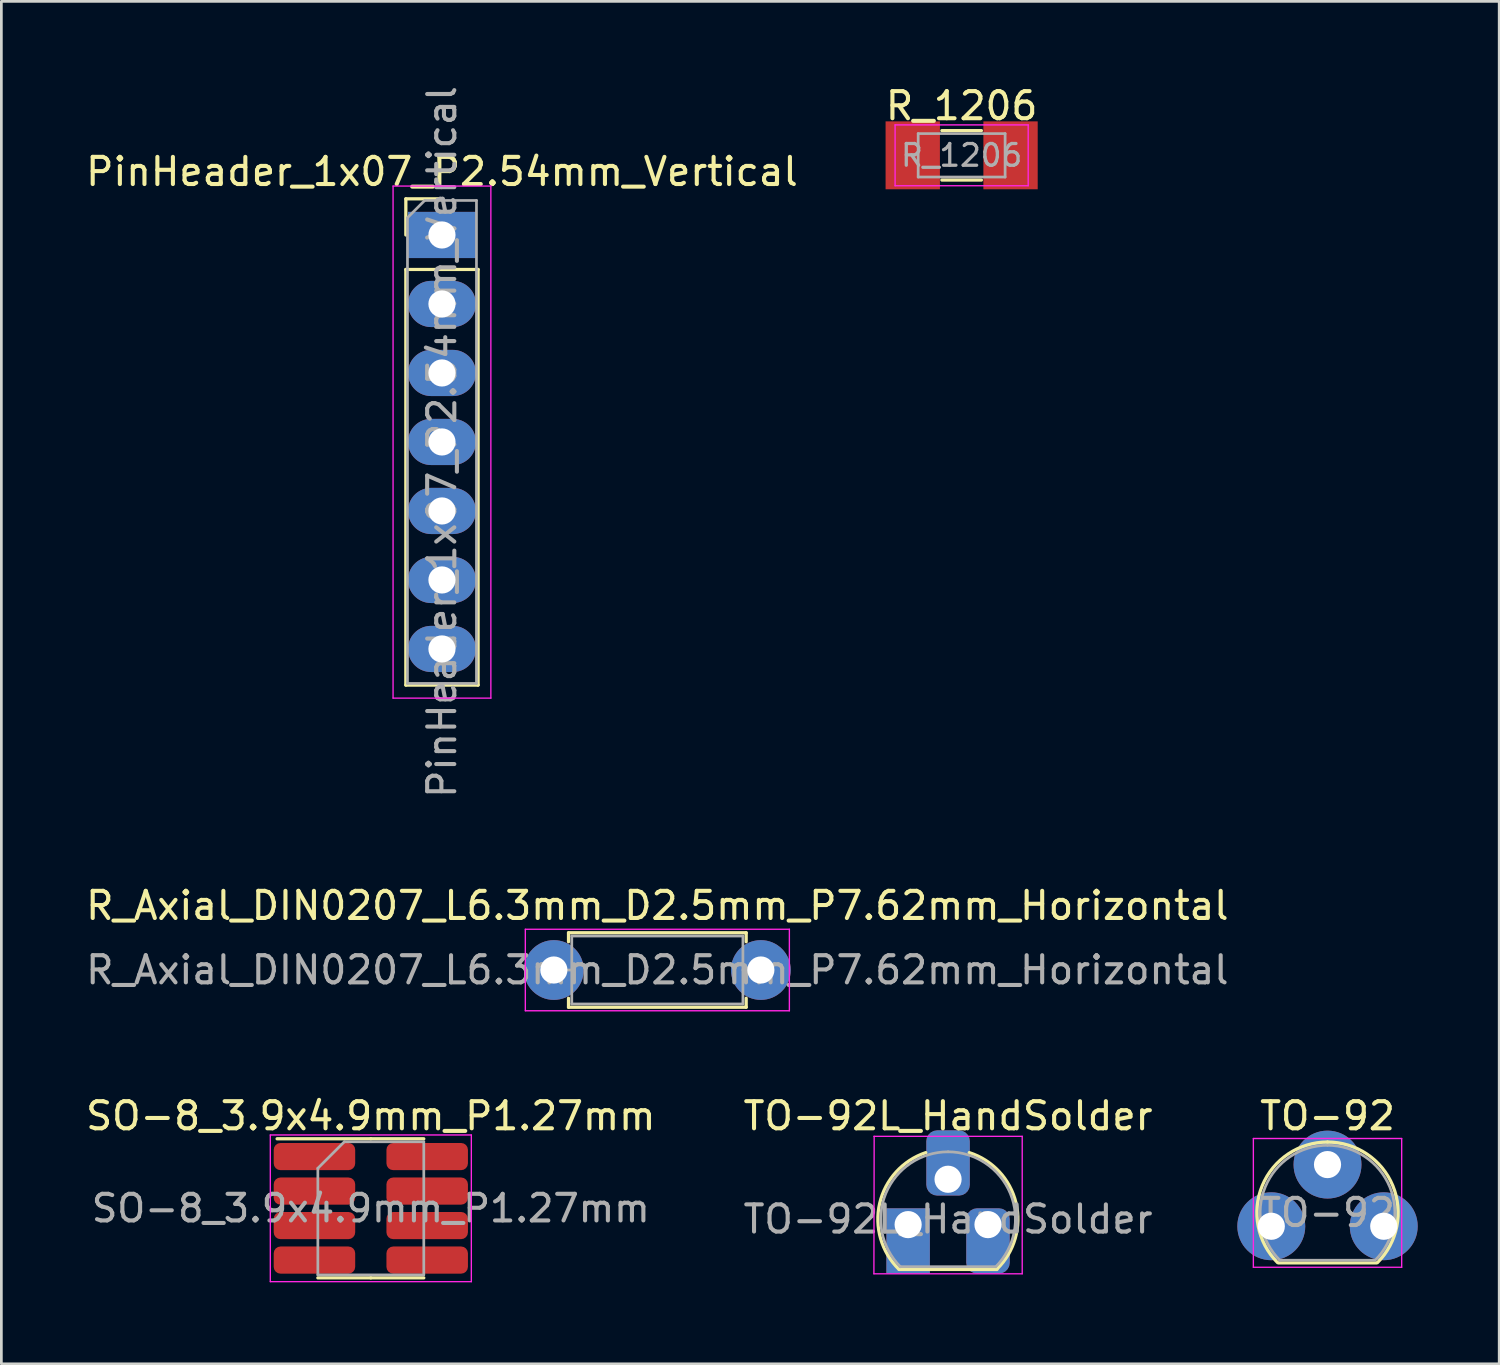
<source format=kicad_pcb>
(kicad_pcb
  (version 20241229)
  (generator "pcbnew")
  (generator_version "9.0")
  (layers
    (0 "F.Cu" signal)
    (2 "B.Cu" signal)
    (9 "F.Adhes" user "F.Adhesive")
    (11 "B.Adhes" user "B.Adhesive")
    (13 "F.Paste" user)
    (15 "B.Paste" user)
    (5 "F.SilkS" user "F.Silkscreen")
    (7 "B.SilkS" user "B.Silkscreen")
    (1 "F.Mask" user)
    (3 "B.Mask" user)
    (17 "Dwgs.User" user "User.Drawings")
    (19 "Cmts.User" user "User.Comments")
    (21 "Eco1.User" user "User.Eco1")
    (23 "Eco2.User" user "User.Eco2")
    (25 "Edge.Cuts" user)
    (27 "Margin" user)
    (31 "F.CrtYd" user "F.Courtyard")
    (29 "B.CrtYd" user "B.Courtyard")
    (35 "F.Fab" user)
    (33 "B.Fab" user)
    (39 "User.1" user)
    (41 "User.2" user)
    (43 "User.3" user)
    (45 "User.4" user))
  (footprint "SO-8_3.9x4.9mm_P1.27mm"
    (layer "F.Cu")
    (at 10.601 41.432)
    (property "Reference" "SO-8_3.9x4.9mm_P1.27mm" (at 0 -3.4 0) (layer "F.SilkS") (effects (font (size 1 1) (thickness 0.15))))
    (attr smd)
    (fp_line (start 0 -2.56) (end -3.45 -2.56) (stroke (width 0.12) (type solid)) (layer "F.SilkS"))
    (fp_line (start 0 -2.56) (end 1.95 -2.56) (stroke (width 0.12) (type solid)) (layer "F.SilkS"))
    (fp_line (start 0 2.56) (end -1.95 2.56) (stroke (width 0.12) (type solid)) (layer "F.SilkS"))
    (fp_line (start 0 2.56) (end 1.95 2.56) (stroke (width 0.12) (type solid)) (layer "F.SilkS"))
    (fp_line (start -3.7 -2.7) (end -3.7 2.7) (stroke (width 0.05) (type solid)) (layer "F.CrtYd"))
    (fp_line (start -3.7 2.7) (end 3.7 2.7) (stroke (width 0.05) (type solid)) (layer "F.CrtYd"))
    (fp_line (start 3.7 -2.7) (end -3.7 -2.7) (stroke (width 0.05) (type solid)) (layer "F.CrtYd"))
    (fp_line (start 3.7 2.7) (end 3.7 -2.7) (stroke (width 0.05) (type solid)) (layer "F.CrtYd"))
    (fp_line (start -1.95 -1.475) (end -0.975 -2.45) (stroke (width 0.1) (type solid)) (layer "F.Fab"))
    (fp_line (start -1.95 2.45) (end -1.95 -1.475) (stroke (width 0.1) (type solid)) (layer "F.Fab"))
    (fp_line (start -0.975 -2.45) (end 1.95 -2.45) (stroke (width 0.1) (type solid)) (layer "F.Fab"))
    (fp_line (start 1.95 -2.45) (end 1.95 2.45) (stroke (width 0.1) (type solid)) (layer "F.Fab"))
    (fp_line (start 1.95 2.45) (end -1.95 2.45) (stroke (width 0.1) (type solid)) (layer "F.Fab"))
    (fp_text user "${REFERENCE}" (at 0 0 0) (layer "F.Fab") (effects (font (size 0.98 0.98) (thickness 0.15))))
    (pad "1" smd roundrect (at -2.075 -1.905) (size 3 1) (layers "F.Cu" "F.Mask" "F.Paste") (roundrect_rratio 0.25))
    (pad "2" smd roundrect (at -2.075 -0.635) (size 3 1) (layers "F.Cu" "F.Mask" "F.Paste") (roundrect_rratio 0.25))
    (pad "3" smd roundrect (at -2.075 0.635) (size 3 1) (layers "F.Cu" "F.Mask" "F.Paste") (roundrect_rratio 0.25))
    (pad "4" smd roundrect (at -2.075 1.905) (size 3 1) (layers "F.Cu" "F.Mask" "F.Paste") (roundrect_rratio 0.25))
    (pad "5" smd roundrect (at 2.075 1.905) (size 3 1) (layers "F.Cu" "F.Mask" "F.Paste") (roundrect_rratio 0.25))
    (pad "6" smd roundrect (at 2.075 0.635) (size 3 1) (layers "F.Cu" "F.Mask" "F.Paste") (roundrect_rratio 0.25))
    (pad "7" smd roundrect (at 2.075 -0.635) (size 3 1) (layers "F.Cu" "F.Mask" "F.Paste") (roundrect_rratio 0.25))
    (pad "8" smd roundrect (at 2.075 -1.905) (size 3 1) (layers "F.Cu" "F.Mask" "F.Paste") (roundrect_rratio 0.25)))
  (footprint "TO-92"
    (layer "F.Cu")
    (at 44.55 41.592)
    (property "Reference" "TO-92" (at 1.27 -3.56 0) (layer "F.SilkS") (effects (font (size 1 1) (thickness 0.15))))
    (attr through_hole)
    (fp_line (start -0.53 1.85) (end 3.07 1.85) (stroke (width 0.12) (type solid)) (layer "F.SilkS"))
    (fp_arc (start -0.568478 1.838478) (mid -1.132087 -0.994977) (end 1.27 -2.6) (stroke (width 0.12) (type solid)) (layer "F.SilkS"))
    (fp_arc (start 1.27 -2.6) (mid 3.672087 -0.994977) (end 3.108478 1.838478) (stroke (width 0.12) (type solid)) (layer "F.SilkS"))
    (fp_line (start -1.46 -2.73) (end -1.46 2.01) (stroke (width 0.05) (type solid)) (layer "F.CrtYd"))
    (fp_line (start -1.46 -2.73) (end 4 -2.73) (stroke (width 0.05) (type solid)) (layer "F.CrtYd"))
    (fp_line (start 4 2.01) (end -1.46 2.01) (stroke (width 0.05) (type solid)) (layer "F.CrtYd"))
    (fp_line (start 4 2.01) (end 4 -2.73) (stroke (width 0.05) (type solid)) (layer "F.CrtYd"))
    (fp_line (start -0.5 1.75) (end 3 1.75) (stroke (width 0.1) (type solid)) (layer "F.Fab"))
    (fp_arc (start -0.483625 1.753625) (mid -1.021221 -0.949055) (end 1.27 -2.48) (stroke (width 0.1) (type solid)) (layer "F.Fab"))
    (fp_arc (start 1.27 -2.48) (mid 3.561221 -0.949055) (end 3.023625 1.753625) (stroke (width 0.1) (type solid)) (layer "F.Fab"))
    (fp_text user "${REFERENCE}" (at 1.27 0 0) (layer "F.Fab") (effects (font (size 1 1) (thickness 0.15))))
    (pad "1" thru_hole circle (at -0.8 0.5) (size 2.5 2.5) (drill 1) (layers "*.Cu" "*.Mask"))
    (pad "2" thru_hole circle (at 1.27 -1.77) (size 2.5 2.5) (drill 1) (layers "*.Cu" "*.Mask"))
    (pad "3" thru_hole circle (at 3.34 0.5 90) (size 2.5 2.5) (drill 1) (layers "*.Cu" "*.Mask")))
  (footprint "R_Axial_DIN0207_L6.3mm_D2.5mm_P7.62mm_Horizontal"
    (layer "F.Cu")
    (at 17.339 32.659)
    (property "Reference" "R_Axial_DIN0207_L6.3mm_D2.5mm_P7.62mm_Horizontal" (at 3.81 -2.37 0) (layer "F.SilkS") (effects (font (size 1 1) (thickness 0.15))))
    (attr through_hole)
    (fp_line (start 0.54 -1.37) (end 7.08 -1.37) (stroke (width 0.12) (type solid)) (layer "F.SilkS"))
    (fp_line (start 0.54 -1.04) (end 0.54 -1.37) (stroke (width 0.12) (type solid)) (layer "F.SilkS"))
    (fp_line (start 0.54 1.04) (end 0.54 1.37) (stroke (width 0.12) (type solid)) (layer "F.SilkS"))
    (fp_line (start 0.54 1.37) (end 7.08 1.37) (stroke (width 0.12) (type solid)) (layer "F.SilkS"))
    (fp_line (start 7.08 -1.37) (end 7.08 -1.04) (stroke (width 0.12) (type solid)) (layer "F.SilkS"))
    (fp_line (start 7.08 1.37) (end 7.08 1.04) (stroke (width 0.12) (type solid)) (layer "F.SilkS"))
    (fp_line (start -1.05 -1.5) (end -1.05 1.5) (stroke (width 0.05) (type solid)) (layer "F.CrtYd"))
    (fp_line (start -1.05 1.5) (end 8.67 1.5) (stroke (width 0.05) (type solid)) (layer "F.CrtYd"))
    (fp_line (start 8.67 -1.5) (end -1.05 -1.5) (stroke (width 0.05) (type solid)) (layer "F.CrtYd"))
    (fp_line (start 8.67 1.5) (end 8.67 -1.5) (stroke (width 0.05) (type solid)) (layer "F.CrtYd"))
    (fp_line (start 0 0) (end 0.66 0) (stroke (width 0.1) (type solid)) (layer "F.Fab"))
    (fp_line (start 0.66 -1.25) (end 0.66 1.25) (stroke (width 0.1) (type solid)) (layer "F.Fab"))
    (fp_line (start 0.66 1.25) (end 6.96 1.25) (stroke (width 0.1) (type solid)) (layer "F.Fab"))
    (fp_line (start 6.96 -1.25) (end 0.66 -1.25) (stroke (width 0.1) (type solid)) (layer "F.Fab"))
    (fp_line (start 6.96 1.25) (end 6.96 -1.25) (stroke (width 0.1) (type solid)) (layer "F.Fab"))
    (fp_line (start 7.62 0) (end 6.96 0) (stroke (width 0.1) (type solid)) (layer "F.Fab"))
    (fp_text user "${REFERENCE}" (at 3.81 0 0) (layer "F.Fab") (effects (font (size 1 1) (thickness 0.15))))
    (pad "1" thru_hole circle (at 0 0) (size 2.2 2.2) (drill 1) (layers "*.Cu" "*.Mask"))
    (pad "2" thru_hole circle (at 7.62 0) (size 2.2 2.2) (drill 1) (layers "*.Cu" "*.Mask")))
  (footprint "PinHeader_1x07_P2.54mm_Vertical"
    (layer "F.Cu")
    (at 13.22 5.6)
    (property "Reference" "PinHeader_1x07_P2.54mm_Vertical" (at 0 -2.33 0) (layer "F.SilkS") (effects (font (size 1 1) (thickness 0.15))))
    (attr through_hole)
    (fp_line (start -1.33 -1.33) (end 0 -1.33) (stroke (width 0.12) (type solid)) (layer "F.SilkS"))
    (fp_line (start -1.33 0) (end -1.33 -1.33) (stroke (width 0.12) (type solid)) (layer "F.SilkS"))
    (fp_line (start -1.33 1.27) (end -1.33 16.57) (stroke (width 0.12) (type solid)) (layer "F.SilkS"))
    (fp_line (start -1.33 1.27) (end 1.33 1.27) (stroke (width 0.12) (type solid)) (layer "F.SilkS"))
    (fp_line (start -1.33 16.57) (end 1.33 16.57) (stroke (width 0.12) (type solid)) (layer "F.SilkS"))
    (fp_line (start 1.33 1.27) (end 1.33 16.57) (stroke (width 0.12) (type solid)) (layer "F.SilkS"))
    (fp_line (start -1.8 -1.8) (end -1.8 17.05) (stroke (width 0.05) (type solid)) (layer "F.CrtYd"))
    (fp_line (start -1.8 17.05) (end 1.8 17.05) (stroke (width 0.05) (type solid)) (layer "F.CrtYd"))
    (fp_line (start 1.8 -1.8) (end -1.8 -1.8) (stroke (width 0.05) (type solid)) (layer "F.CrtYd"))
    (fp_line (start 1.8 17.05) (end 1.8 -1.8) (stroke (width 0.05) (type solid)) (layer "F.CrtYd"))
    (fp_line (start -1.27 -0.635) (end -0.635 -1.27) (stroke (width 0.1) (type solid)) (layer "F.Fab"))
    (fp_line (start -1.27 16.51) (end -1.27 -0.635) (stroke (width 0.1) (type solid)) (layer "F.Fab"))
    (fp_line (start -0.635 -1.27) (end 1.27 -1.27) (stroke (width 0.1) (type solid)) (layer "F.Fab"))
    (fp_line (start 1.27 -1.27) (end 1.27 16.51) (stroke (width 0.1) (type solid)) (layer "F.Fab"))
    (fp_line (start 1.27 16.51) (end -1.27 16.51) (stroke (width 0.1) (type solid)) (layer "F.Fab"))
    (fp_text user "${REFERENCE}" (at 0 7.62 90) (layer "F.Fab") (effects (font (size 1 1) (thickness 0.15))))
    (pad "1" thru_hole rect (at 0 0) (size 2.5 1.7) (drill 1) (layers "*.Cu" "*.Mask"))
    (pad "2" thru_hole oval (at 0 2.54) (size 2.5 1.7) (drill 1) (layers "*.Cu" "*.Mask"))
    (pad "3" thru_hole oval (at 0 5.08) (size 2.5 1.7) (drill 1) (layers "*.Cu" "*.Mask"))
    (pad "4" thru_hole oval (at 0 7.62) (size 2.5 1.7) (drill 1) (layers "*.Cu" "*.Mask"))
    (pad "5" thru_hole oval (at 0 10.16) (size 2.5 1.7) (drill 1) (layers "*.Cu" "*.Mask"))
    (pad "6" thru_hole oval (at 0 12.7) (size 2.5 1.7) (drill 1) (layers "*.Cu" "*.Mask"))
    (pad "7" thru_hole oval (at 0 15.24) (size 2.5 1.7) (drill 1) (layers "*.Cu" "*.Mask")))
  (footprint "R_1206"
    (layer "F.Cu")
    (at 32.351 2.668)
    (property "Reference" "R_1206" (at 0 -1.82 0) (layer "F.SilkS") (effects (font (size 1 1) (thickness 0.15))))
    (attr smd)
    (fp_line (start -0.727 -0.91) (end 0.727 -0.91) (stroke (width 0.12) (type solid)) (layer "F.SilkS"))
    (fp_line (start -0.727 0.91) (end 0.727 0.91) (stroke (width 0.12) (type solid)) (layer "F.SilkS"))
    (fp_line (start -2.45 -1.12) (end 2.45 -1.12) (stroke (width 0.05) (type solid)) (layer "F.CrtYd"))
    (fp_line (start -2.45 1.12) (end -2.45 -1.12) (stroke (width 0.05) (type solid)) (layer "F.CrtYd"))
    (fp_line (start 2.45 -1.12) (end 2.45 1.12) (stroke (width 0.05) (type solid)) (layer "F.CrtYd"))
    (fp_line (start 2.45 1.12) (end -2.45 1.12) (stroke (width 0.05) (type solid)) (layer "F.CrtYd"))
    (fp_line (start -1.6 -0.8) (end 1.6 -0.8) (stroke (width 0.1) (type solid)) (layer "F.Fab"))
    (fp_line (start -1.6 0.8) (end -1.6 -0.8) (stroke (width 0.1) (type solid)) (layer "F.Fab"))
    (fp_line (start 1.6 -0.8) (end 1.6 0.8) (stroke (width 0.1) (type solid)) (layer "F.Fab"))
    (fp_line (start 1.6 0.8) (end -1.6 0.8) (stroke (width 0.1) (type solid)) (layer "F.Fab"))
    (fp_text user "${REFERENCE}" (at 0 0 0) (layer "F.Fab") (effects (font (size 0.8 0.8) (thickness 0.12))))
    (pad "1" smd rect (at -1.8 0) (size 2 2.5) (layers "F.Cu" "F.Mask" "F.Paste"))
    (pad "2" smd rect (at 1.8 0) (size 2 2.5) (layers "F.Cu" "F.Mask" "F.Paste")))
  (footprint "TO-92L_HandSolder"
    (layer "F.Cu")
    (at 30.581 41.832)
    (property "Reference" "TO-92L_HandSolder" (at 1.27 -3.8 0) (layer "F.SilkS") (effects (font (size 1 1) (thickness 0.15))))
    (attr through_hole)
    (fp_line (start -0.53 1.85) (end 3.07 1.85) (stroke (width 0.12) (type solid)) (layer "F.SilkS"))
    (fp_arc (start -0.541453 1.842156) (mid -1.247298 -0.581475) (end 0.45 -2.45) (stroke (width 0.12) (type solid)) (layer "F.SilkS"))
    (fp_arc (start 2.05 -2.45) (mid 3.769931 -0.601036) (end 3.078445 1.827684) (stroke (width 0.12) (type solid)) (layer "F.SilkS"))
    (fp_line (start -1.46 -3.05) (end 4 -3.05) (stroke (width 0.05) (type solid)) (layer "F.CrtYd"))
    (fp_line (start -1.45 -3.05) (end -1.46 2.01) (stroke (width 0.05) (type solid)) (layer "F.CrtYd"))
    (fp_line (start 4 2.01) (end -1.46 2.01) (stroke (width 0.05) (type solid)) (layer "F.CrtYd"))
    (fp_line (start 4 2.01) (end 4 -3.05) (stroke (width 0.05) (type solid)) (layer "F.CrtYd"))
    (fp_line (start -0.5 1.75) (end 3 1.75) (stroke (width 0.1) (type solid)) (layer "F.Fab"))
    (fp_arc (start -0.483625 1.753625) (mid -1.021221 -0.949055) (end 1.27 -2.48) (stroke (width 0.1) (type solid)) (layer "F.Fab"))
    (fp_arc (start 1.27 -2.48) (mid 3.561221 -0.949055) (end 3.023625 1.753625) (stroke (width 0.1) (type solid)) (layer "F.Fab"))
    (fp_text user "${REFERENCE}" (at 1.27 0 0) (layer "F.Fab") (effects (font (size 1 1) (thickness 0.15))))
    (pad "1" thru_hole rect (at -0.2 0.2) (size 1.6 2.4) (drill 1 (offset 0 0.6)) (layers "*.Cu" "*.Mask"))
    (pad "2" thru_hole roundrect (at 1.27 -1.47) (size 1.6 2.4) (drill 1 (offset 0 -0.6)) (layers "*.Cu" "*.Mask") (roundrect_rratio 0.25))
    (pad "3" thru_hole roundrect (at 2.74 0.2) (size 1.6 2.4) (drill 1 (offset 0 0.6)) (layers "*.Cu" "*.Mask") (roundrect_rratio 0.25)))
  (gr_rect
    (start -3 -3)
    (end 52.14 47.157)
    (stroke (width 0.1) (type default))
    (fill no)
    (layer "Edge.Cuts")))
</source>
